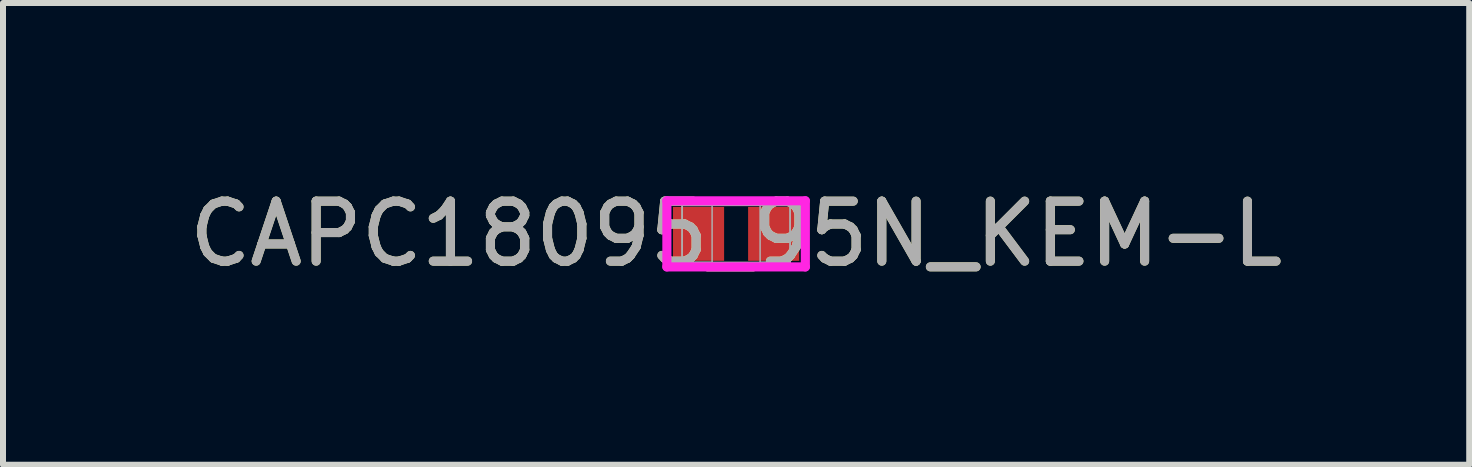
<source format=kicad_pcb>
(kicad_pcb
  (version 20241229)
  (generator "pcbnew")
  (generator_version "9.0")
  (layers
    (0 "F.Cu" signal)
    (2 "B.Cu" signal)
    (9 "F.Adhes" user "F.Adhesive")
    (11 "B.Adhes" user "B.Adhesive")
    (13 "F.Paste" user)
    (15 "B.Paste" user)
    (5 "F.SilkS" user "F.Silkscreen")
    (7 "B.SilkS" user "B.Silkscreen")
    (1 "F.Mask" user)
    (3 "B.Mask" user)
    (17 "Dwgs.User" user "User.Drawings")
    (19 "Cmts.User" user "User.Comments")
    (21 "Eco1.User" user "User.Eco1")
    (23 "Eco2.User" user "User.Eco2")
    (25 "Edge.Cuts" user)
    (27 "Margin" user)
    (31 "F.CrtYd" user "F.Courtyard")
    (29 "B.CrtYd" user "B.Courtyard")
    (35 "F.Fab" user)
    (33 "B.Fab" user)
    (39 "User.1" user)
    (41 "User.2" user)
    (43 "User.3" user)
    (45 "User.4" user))
  (footprint "CAPC18095_95N_KEM-L"
    (layer "F.Cu")
    (at 9.22 0.848)
    (property "Reference" "CAPC18095_95N_KEM-L" (at 0 0 0) (unlocked yes) (layer "F.SilkS") (effects (font (size 1 1) (thickness 0.15))))
    (attr smd)
    (fp_line (start -1.154 -0.551) (end 1.154 -0.551) (stroke (width 0.152) (type solid)) (layer "F.CrtYd"))
    (fp_line (start -1.154 0.551) (end -1.154 -0.551) (stroke (width 0.152) (type solid)) (layer "F.CrtYd"))
    (fp_line (start 1.154 -0.551) (end 1.154 0.551) (stroke (width 0.152) (type solid)) (layer "F.CrtYd"))
    (fp_line (start 1.154 0.551) (end -1.154 0.551) (stroke (width 0.152) (type solid)) (layer "F.CrtYd"))
    (fp_line (start -0.9 -0.475) (end -0.9 0.475) (stroke (width 0.025) (type solid)) (layer "F.Fab"))
    (fp_line (start -0.9 -0.475) (end -0.9 0.475) (stroke (width 0.025) (type solid)) (layer "F.Fab"))
    (fp_line (start -0.9 0.475) (end -0.4 0.475) (stroke (width 0.025) (type solid)) (layer "F.Fab"))
    (fp_line (start -0.9 0.475) (end 0.9 0.475) (stroke (width 0.025) (type solid)) (layer "F.Fab"))
    (fp_line (start -0.4 -0.475) (end -0.9 -0.475) (stroke (width 0.025) (type solid)) (layer "F.Fab"))
    (fp_line (start -0.4 0.475) (end -0.4 -0.475) (stroke (width 0.025) (type solid)) (layer "F.Fab"))
    (fp_line (start 0.4 -0.475) (end 0.4 0.475) (stroke (width 0.025) (type solid)) (layer "F.Fab"))
    (fp_line (start 0.4 0.475) (end 0.9 0.475) (stroke (width 0.025) (type solid)) (layer "F.Fab"))
    (fp_line (start 0.9 -0.475) (end -0.9 -0.475) (stroke (width 0.025) (type solid)) (layer "F.Fab"))
    (fp_line (start 0.9 -0.475) (end 0.4 -0.475) (stroke (width 0.025) (type solid)) (layer "F.Fab"))
    (fp_line (start 0.9 0.475) (end 0.9 -0.475) (stroke (width 0.025) (type solid)) (layer "F.Fab"))
    (fp_line (start 0.9 0.475) (end 0.9 -0.475) (stroke (width 0.025) (type solid)) (layer "F.Fab"))
    (fp_text user "${REFERENCE}" (at 0 0 0) (unlocked yes) (layer "F.Fab") (effects (font (size 1 1) (thickness 0.15))))
    (pad "1" smd rect (at -0.626 0) (size 0.852 0.899) (layers "F.Cu" "F.Mask" "F.Paste"))
    (pad "2" smd rect (at 0.626 0) (size 0.852 0.899) (layers "F.Cu" "F.Mask" "F.Paste"))
    (zone (net_name "") (layer "F.Cu") (hatch full 0.508) (connect_pads) (min_thickness 0.254) (filled_areas_thickness no) (keepout (tracks not_allowed) (vias not_allowed) (pads allowed) (copperpour not_allowed) (footprints allowed)) (placement (enabled no)) (fill) (polygon (pts (xy 9.071 0.424) (xy 9.369 0.424) (xy 9.369 1.272) (xy 9.071 1.272)))))
  (gr_rect
    (start -3 -3)
    (end 21.44 4.697)
    (stroke (width 0.1) (type default))
    (fill no)
    (layer "Edge.Cuts")))
</source>
